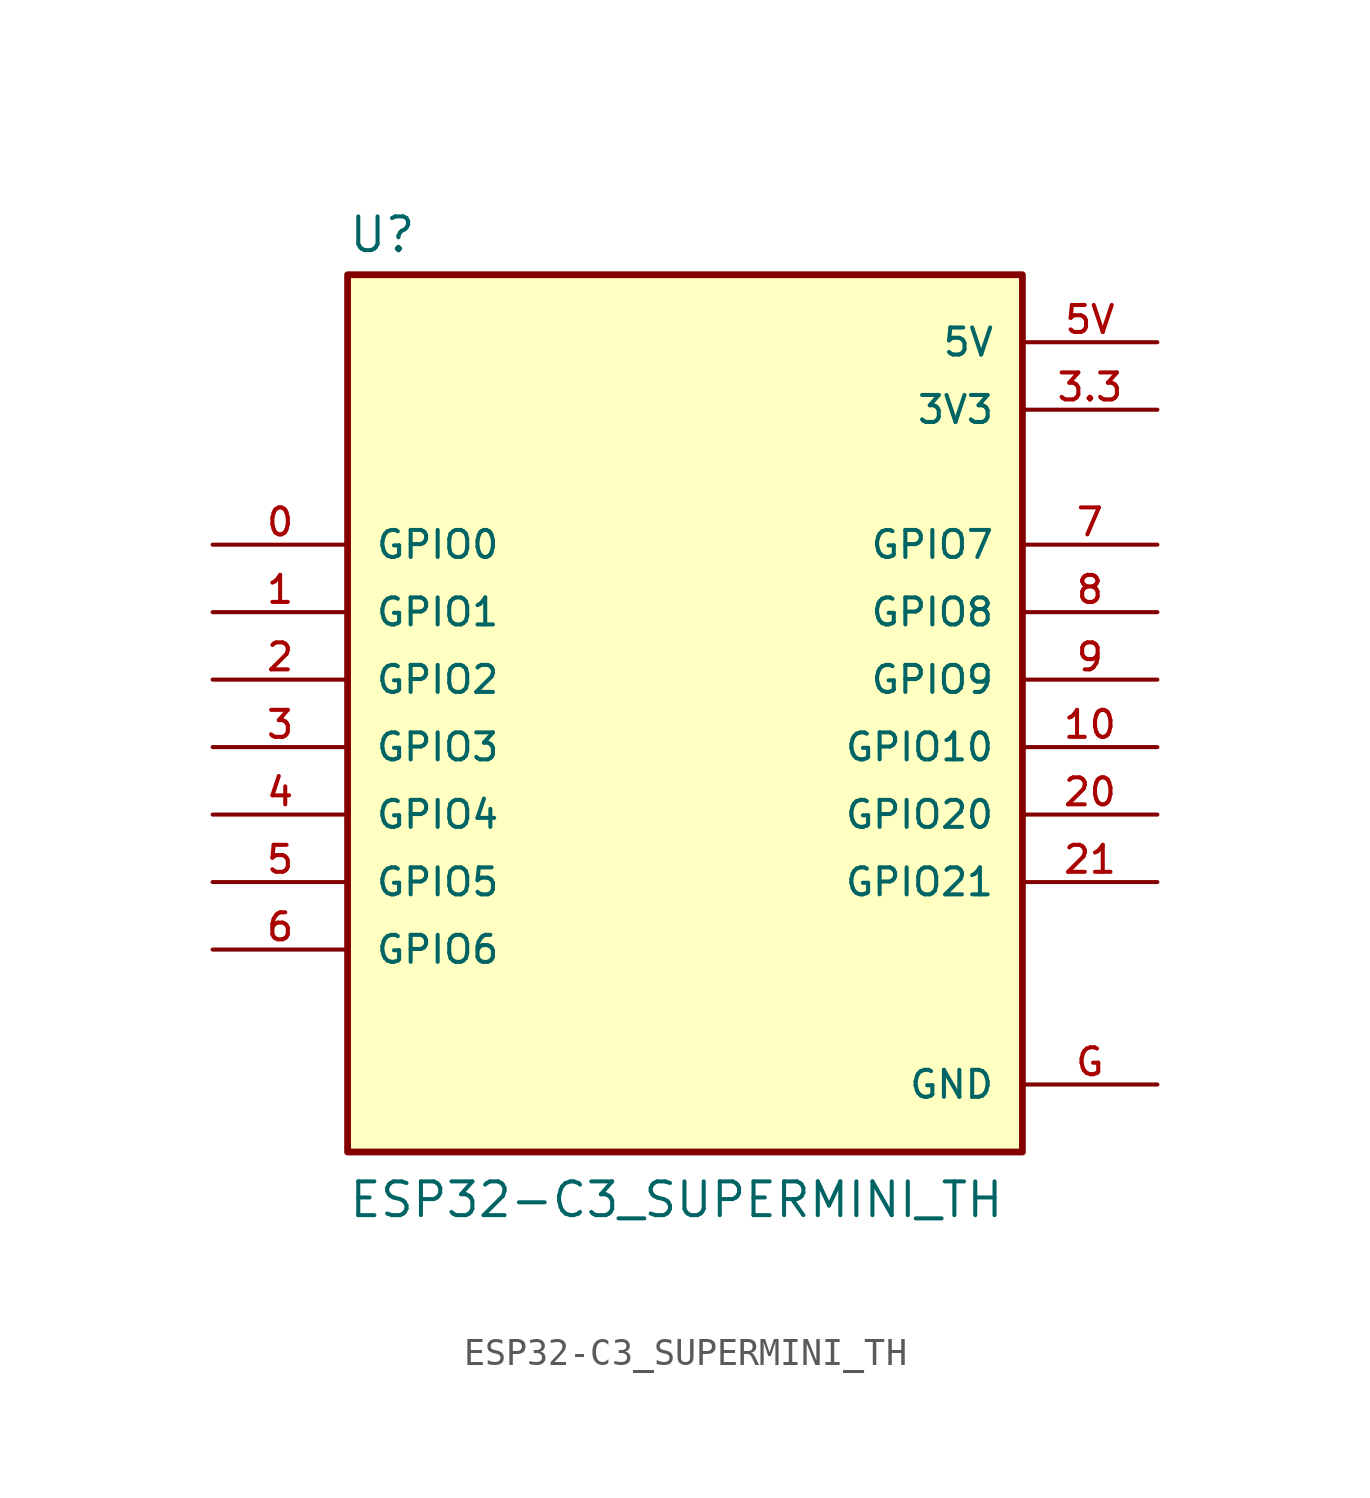
<source format=kicad_sym>
(kicad_symbol_lib
  (version 20211014)
  (generator kicad_symbol_editor)
  (symbol "ESP32-C3_SUPERMINI_TH"
    (pin_names
      (offset 1.016))
    (property "Reference" "U"
      (at -12.7 16.002 0)
      (effects (font (size 1.27 1.27)) (justify bottom left)))
    (property "Value" "ESP32-C3_SUPERMINI_TH"
      (at -12.7 -20.32 0)
      (effects (font (size 1.27 1.27)) (justify bottom left)))
    (symbol "ESP32-C3_SUPERMINI_TH_0_0"
      (rectangle (start -12.7 -17.78) (end 12.7 15.24) (stroke (width 0.254)) (fill (type background)))
      (pin power_in line (at 17.78 12.7 180.0) (length 5.08) (name "5V" (effects (font (size 1.016 1.016)))) (number "5V" (effects (font (size 1.016 1.016)))))
      (pin power_in line (at 17.78 -15.24 180.0) (length 5.08) (name "GND" (effects (font (size 1.016 1.016)))) (number "G" (effects (font (size 1.016 1.016)))))
      (pin power_in line (at 17.78 10.16 180.0) (length 5.08) (name "3V3" (effects (font (size 1.016 1.016)))) (number "3.3" (effects (font (size 1.016 1.016)))))
      (pin bidirectional line (at -17.78 5.08 0) (length 5.08) (name "GPIO0" (effects (font (size 1.016 1.016)))) (number "0" (effects (font (size 1.016 1.016)))))
      (pin bidirectional line (at -17.78 2.54 0) (length 5.08) (name "GPIO1" (effects (font (size 1.016 1.016)))) (number "1" (effects (font (size 1.016 1.016)))))
      (pin bidirectional line (at -17.78 0.0 0) (length 5.08) (name "GPIO2" (effects (font (size 1.016 1.016)))) (number "2" (effects (font (size 1.016 1.016)))))
      (pin bidirectional line (at -17.78 -2.54 0) (length 5.08) (name "GPIO3" (effects (font (size 1.016 1.016)))) (number "3" (effects (font (size 1.016 1.016)))))
      (pin bidirectional line (at -17.78 -5.08 0) (length 5.08) (name "GPIO4" (effects (font (size 1.016 1.016)))) (number "4" (effects (font (size 1.016 1.016)))))
      (pin bidirectional line (at -17.78 -7.62 0) (length 5.08) (name "GPIO5" (effects (font (size 1.016 1.016)))) (number "5" (effects (font (size 1.016 1.016)))))
      (pin bidirectional line (at -17.78 -10.16 0) (length 5.08) (name "GPIO6" (effects (font (size 1.016 1.016)))) (number "6" (effects (font (size 1.016 1.016)))))
      (pin bidirectional line (at 17.78 5.08 180.0) (length 5.08) (name "GPIO7" (effects (font (size 1.016 1.016)))) (number "7" (effects (font (size 1.016 1.016)))))
      (pin bidirectional line (at 17.78 2.54 180.0) (length 5.08) (name "GPIO8" (effects (font (size 1.016 1.016)))) (number "8" (effects (font (size 1.016 1.016)))))
      (pin bidirectional line (at 17.78 0.0 180.0) (length 5.08) (name "GPIO9" (effects (font (size 1.016 1.016)))) (number "9" (effects (font (size 1.016 1.016)))))
      (pin bidirectional line (at 17.78 -2.54 180.0) (length 5.08) (name "GPIO10" (effects (font (size 1.016 1.016)))) (number "10" (effects (font (size 1.016 1.016)))))
      (pin bidirectional line (at 17.78 -5.08 180.0) (length 5.08) (name "GPIO20" (effects (font (size 1.016 1.016)))) (number "20" (effects (font (size 1.016 1.016)))))
      (pin bidirectional line (at 17.78 -7.62 180.0) (length 5.08) (name "GPIO21" (effects (font (size 1.016 1.016)))) (number "21" (effects (font (size 1.016 1.016))))))))
</source>
